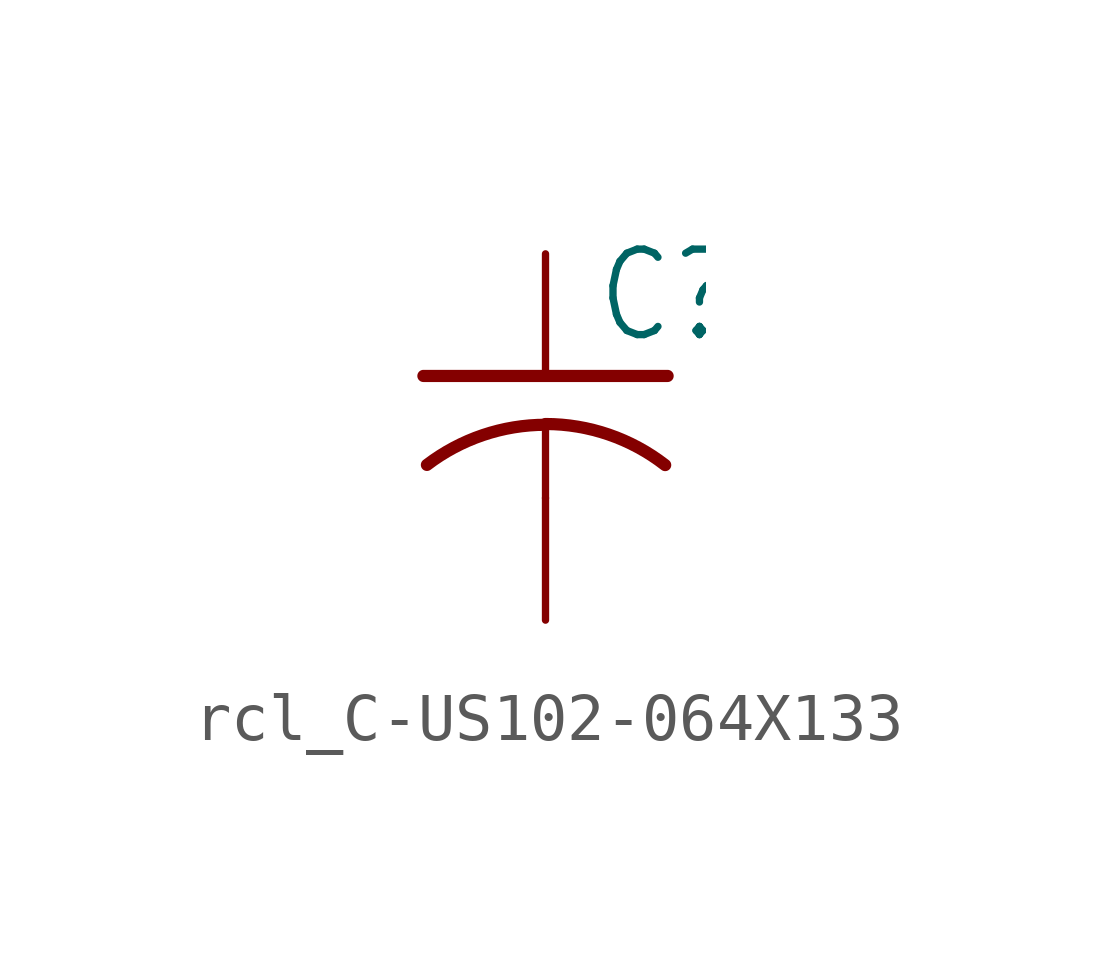
<source format=kicad_sym>
(kicad_symbol_lib
  (version 20231120)
  (generator "kicad_symbol_editor")
  (generator_version "8.0")
  (symbol "rcl_C-US102-064X133"
    (property "Reference" "C"
      (at 1.016 0.635 0)
      (effects (font (size 1.778 1.511)) (justify left bottom)))
    (property "Value" ""
      (at 1.016 -4.191 0)
      (effects (font (size 1.778 1.511)) (justify left bottom)))
    (property "ki_locked" ""
      (at 0 0 0)
      (effects (font (size 1.27 1.27))))
    (symbol "rcl_C-US102-064X133_1_0"
      (arc (start 0 -1.0161) (mid -1.302 -1.2303) (end -2.4668 -1.8504) (stroke (width 0.254) (type solid)) (fill (type none)))
      (polyline (pts (xy -2.54 0) (xy 2.54 0)) (stroke (width 0.254) (type solid)) (fill (type none)))
      (polyline (pts (xy 0 -1.016) (xy 0 -2.54)) (stroke (width 0.152) (type solid)) (fill (type none)))
      (arc (start 2.4892 -1.8541) (mid 1.3158 -1.2194) (end 0 -1) (stroke (width 0.254) (type solid)) (fill (type none)))
      (pin passive line (at 0 2.54 270) (length 2.54) (name "1" (effects (font (size 0 0)))) (number "1" (effects (font (size 0 0)))))
      (pin passive line (at 0 -5.08 90) (length 2.54) (name "2" (effects (font (size 0 0)))) (number "2" (effects (font (size 0 0))))))))
</source>
